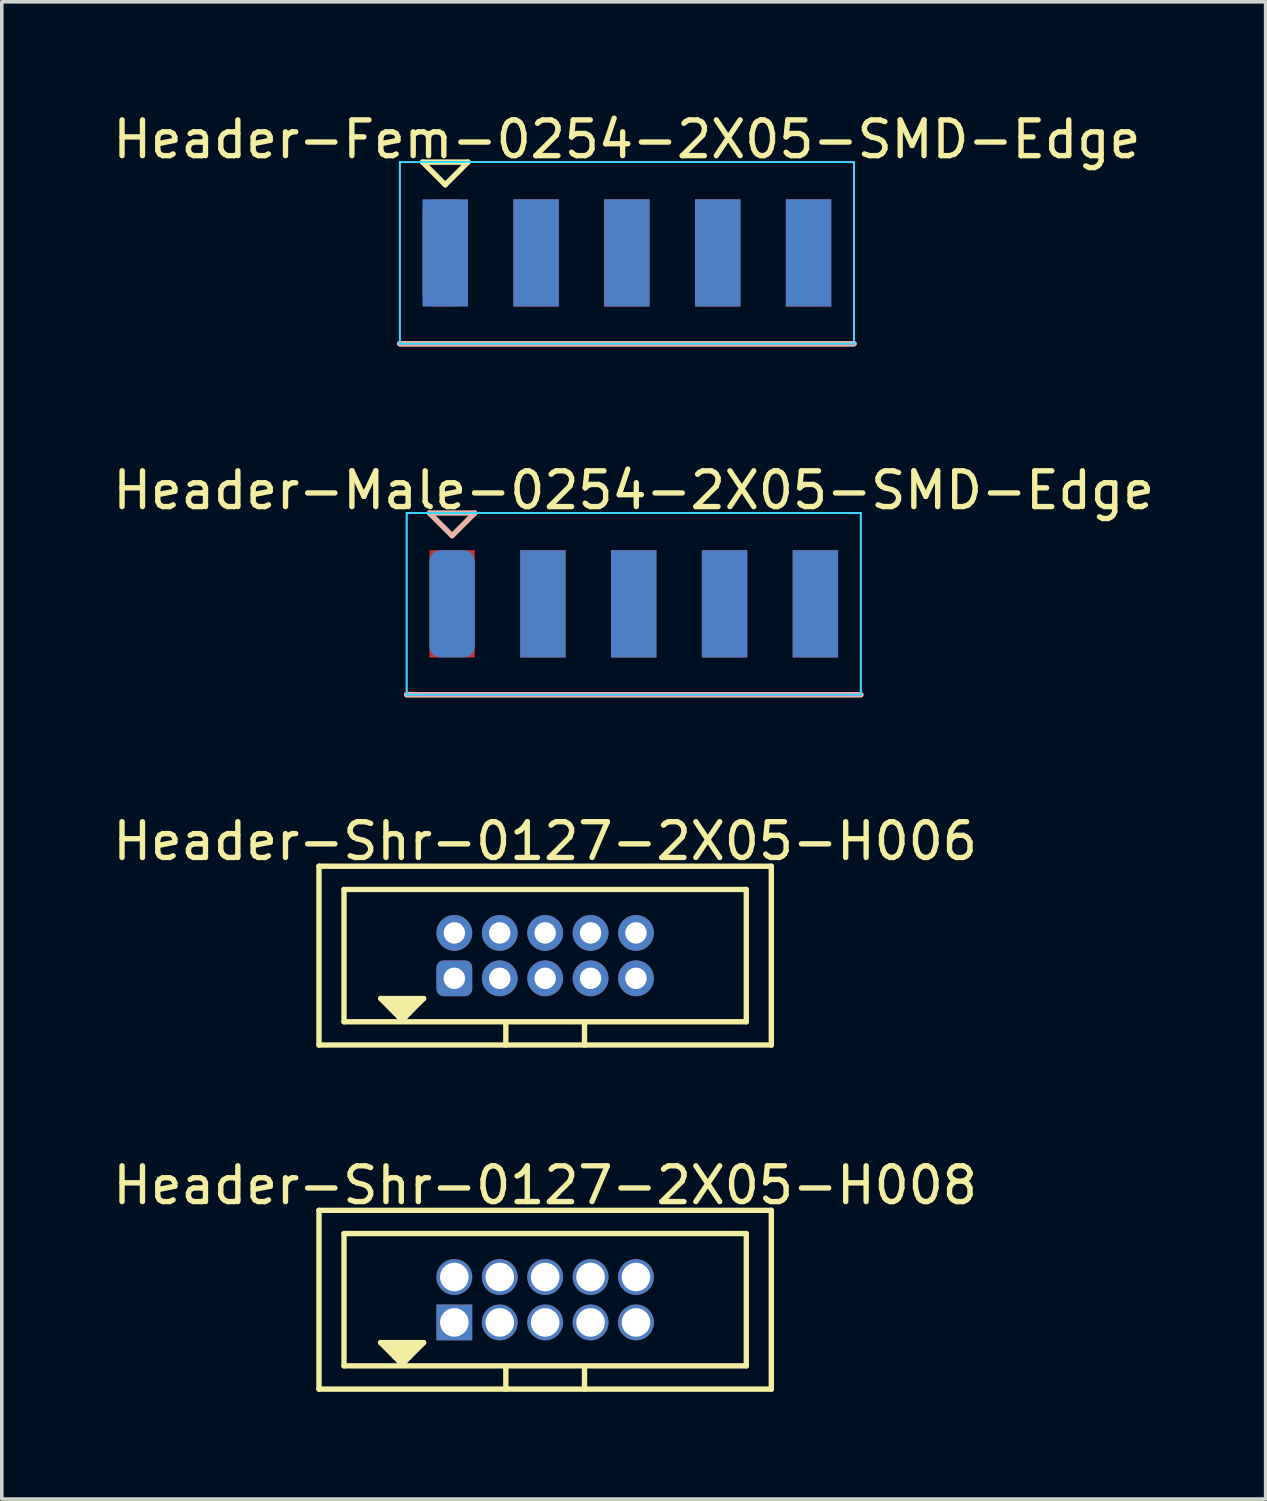
<source format=kicad_pcb>
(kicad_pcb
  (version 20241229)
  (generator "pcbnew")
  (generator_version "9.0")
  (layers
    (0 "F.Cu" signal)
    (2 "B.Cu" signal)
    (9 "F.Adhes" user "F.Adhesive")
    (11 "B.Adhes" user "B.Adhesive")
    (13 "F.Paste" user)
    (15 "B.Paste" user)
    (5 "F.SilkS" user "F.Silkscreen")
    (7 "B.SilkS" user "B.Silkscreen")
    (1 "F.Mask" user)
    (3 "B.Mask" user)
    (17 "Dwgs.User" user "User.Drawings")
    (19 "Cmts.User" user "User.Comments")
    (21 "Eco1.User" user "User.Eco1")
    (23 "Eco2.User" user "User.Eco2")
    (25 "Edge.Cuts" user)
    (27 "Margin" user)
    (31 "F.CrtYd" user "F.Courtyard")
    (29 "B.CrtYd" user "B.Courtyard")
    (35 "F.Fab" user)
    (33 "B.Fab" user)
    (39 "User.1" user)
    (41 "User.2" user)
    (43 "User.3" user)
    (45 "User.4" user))
  (footprint "Header-Shr-0127-2X05-H006"
    (layer "F.Cu")
    (at 12.196 23.675)
    (property "Reference" "Header-Shr-0127-2X05-H006" (at 0 -3.2 0) (layer "F.SilkS") (effects (font (size 1 1) (thickness 0.15))))
    (attr through_hole)
    (fp_line (start -6.325 -2.5) (end 6.325 -2.5) (stroke (width 0.15) (type solid)) (layer "F.SilkS"))
    (fp_line (start -6.325 2.5) (end -6.325 -2.5) (stroke (width 0.15) (type solid)) (layer "F.SilkS"))
    (fp_line (start -5.625 -1.85) (end 5.625 -1.85) (stroke (width 0.15) (type solid)) (layer "F.SilkS"))
    (fp_line (start -5.625 1.85) (end -5.625 -1.85) (stroke (width 0.15) (type solid)) (layer "F.SilkS"))
    (fp_line (start -4.6 1.2) (end -4 1.8) (stroke (width 0.15) (type solid)) (layer "F.SilkS"))
    (fp_line (start -4.4 1.3) (end -3.6 1.3) (stroke (width 0.15) (type solid)) (layer "F.SilkS"))
    (fp_line (start -4.3 1.4) (end -3.7 1.4) (stroke (width 0.15) (type solid)) (layer "F.SilkS"))
    (fp_line (start -4.3 1.5) (end -3.8 1.5) (stroke (width 0.15) (type solid)) (layer "F.SilkS"))
    (fp_line (start -4.2 1.6) (end -3.8 1.6) (stroke (width 0.15) (type solid)) (layer "F.SilkS"))
    (fp_line (start -4.1 1.7) (end -3.9 1.7) (stroke (width 0.15) (type solid)) (layer "F.SilkS"))
    (fp_line (start -4 1.8) (end -3.4 1.2) (stroke (width 0.15) (type solid)) (layer "F.SilkS"))
    (fp_line (start -3.4 1.2) (end -4.6 1.2) (stroke (width 0.15) (type solid)) (layer "F.SilkS"))
    (fp_line (start -1.1 2.5) (end -1.1 1.9) (stroke (width 0.15) (type solid)) (layer "F.SilkS"))
    (fp_line (start 1.1 2.5) (end 1.1 1.9) (stroke (width 0.15) (type solid)) (layer "F.SilkS"))
    (fp_line (start 5.625 -1.85) (end 5.625 1.85) (stroke (width 0.15) (type solid)) (layer "F.SilkS"))
    (fp_line (start 5.625 1.85) (end -5.625 1.85) (stroke (width 0.15) (type solid)) (layer "F.SilkS"))
    (fp_line (start 6.325 -2.5) (end 6.325 2.5) (stroke (width 0.15) (type solid)) (layer "F.SilkS"))
    (fp_line (start 6.325 2.5) (end -6.325 2.5) (stroke (width 0.15) (type solid)) (layer "F.SilkS"))
    (pad "1" thru_hole roundrect (at -2.54 0.635) (size 1 1) (drill 0.6) (layers "*.Cu" "*.Mask") (roundrect_rratio 0.2))
    (pad "2" thru_hole circle (at -2.54 -0.635) (size 1 1) (drill 0.6) (layers "*.Cu" "*.Mask"))
    (pad "3" thru_hole circle (at -1.27 0.635) (size 1 1) (drill 0.6) (layers "*.Cu" "*.Mask"))
    (pad "4" thru_hole circle (at -1.27 -0.635) (size 1 1) (drill 0.6) (layers "*.Cu" "*.Mask"))
    (pad "5" thru_hole circle (at 0 0.635) (size 1 1) (drill 0.6) (layers "*.Cu" "*.Mask"))
    (pad "6" thru_hole circle (at 0 -0.635) (size 1 1) (drill 0.6) (layers "*.Cu" "*.Mask"))
    (pad "7" thru_hole circle (at 1.27 0.635) (size 1 1) (drill 0.6) (layers "*.Cu" "*.Mask"))
    (pad "8" thru_hole circle (at 1.27 -0.635) (size 1 1) (drill 0.6) (layers "*.Cu" "*.Mask"))
    (pad "9" thru_hole circle (at 2.54 0.635) (size 1 1) (drill 0.6) (layers "*.Cu" "*.Mask"))
    (pad "10" thru_hole circle (at 2.54 -0.635) (size 1 1) (drill 0.6) (layers "*.Cu" "*.Mask")))
  (footprint "Header-Shr-0127-2X05-H008"
    (layer "F.Cu")
    (at 12.196 33.298)
    (property "Reference" "Header-Shr-0127-2X05-H008" (at 0 -3.2 0) (layer "F.SilkS") (effects (font (size 1 1) (thickness 0.15))))
    (attr through_hole)
    (fp_line (start -6.325 -2.5) (end 6.325 -2.5) (stroke (width 0.15) (type solid)) (layer "F.SilkS"))
    (fp_line (start -6.325 2.5) (end -6.325 -2.5) (stroke (width 0.15) (type solid)) (layer "F.SilkS"))
    (fp_line (start -5.625 -1.85) (end 5.625 -1.85) (stroke (width 0.15) (type solid)) (layer "F.SilkS"))
    (fp_line (start -5.625 1.85) (end -5.625 -1.85) (stroke (width 0.15) (type solid)) (layer "F.SilkS"))
    (fp_line (start -4.6 1.2) (end -4 1.8) (stroke (width 0.15) (type solid)) (layer "F.SilkS"))
    (fp_line (start -4.4 1.3) (end -3.6 1.3) (stroke (width 0.15) (type solid)) (layer "F.SilkS"))
    (fp_line (start -4.3 1.4) (end -3.7 1.4) (stroke (width 0.15) (type solid)) (layer "F.SilkS"))
    (fp_line (start -4.3 1.5) (end -3.8 1.5) (stroke (width 0.15) (type solid)) (layer "F.SilkS"))
    (fp_line (start -4.2 1.6) (end -3.8 1.6) (stroke (width 0.15) (type solid)) (layer "F.SilkS"))
    (fp_line (start -4.1 1.7) (end -3.9 1.7) (stroke (width 0.15) (type solid)) (layer "F.SilkS"))
    (fp_line (start -4 1.8) (end -3.4 1.2) (stroke (width 0.15) (type solid)) (layer "F.SilkS"))
    (fp_line (start -3.4 1.2) (end -4.6 1.2) (stroke (width 0.15) (type solid)) (layer "F.SilkS"))
    (fp_line (start -1.1 2.5) (end -1.1 1.9) (stroke (width 0.15) (type solid)) (layer "F.SilkS"))
    (fp_line (start 1.1 2.5) (end 1.1 1.9) (stroke (width 0.15) (type solid)) (layer "F.SilkS"))
    (fp_line (start 5.625 -1.85) (end 5.625 1.85) (stroke (width 0.15) (type solid)) (layer "F.SilkS"))
    (fp_line (start 5.625 1.85) (end -5.625 1.85) (stroke (width 0.15) (type solid)) (layer "F.SilkS"))
    (fp_line (start 6.325 -2.5) (end 6.325 2.5) (stroke (width 0.15) (type solid)) (layer "F.SilkS"))
    (fp_line (start 6.325 2.5) (end -6.325 2.5) (stroke (width 0.15) (type solid)) (layer "F.SilkS"))
    (pad "1" thru_hole rect (at -2.54 0.635) (size 1 1) (drill 0.8) (layers "*.Cu" "*.Mask"))
    (pad "2" thru_hole circle (at -2.54 -0.635) (size 1 1) (drill 0.8) (layers "*.Cu" "*.Mask"))
    (pad "3" thru_hole circle (at -1.27 0.635) (size 1 1) (drill 0.8) (layers "*.Cu" "*.Mask"))
    (pad "4" thru_hole circle (at -1.27 -0.635) (size 1 1) (drill 0.8) (layers "*.Cu" "*.Mask"))
    (pad "5" thru_hole circle (at 0 0.635) (size 1 1) (drill 0.8) (layers "*.Cu" "*.Mask"))
    (pad "6" thru_hole circle (at 0 -0.635) (size 1 1) (drill 0.8) (layers "*.Cu" "*.Mask"))
    (pad "7" thru_hole circle (at 1.27 0.635) (size 1 1) (drill 0.8) (layers "*.Cu" "*.Mask"))
    (pad "8" thru_hole circle (at 1.27 -0.635) (size 1 1) (drill 0.8) (layers "*.Cu" "*.Mask"))
    (pad "9" thru_hole circle (at 2.54 0.635) (size 1 1) (drill 0.8) (layers "*.Cu" "*.Mask"))
    (pad "10" thru_hole circle (at 2.54 -0.635) (size 1 1) (drill 0.8) (layers "*.Cu" "*.Mask")))
  (footprint "Header-Male-0254-2X05-SMD-Edge"
    (layer "F.Cu")
    (at 14.673 16.377)
    (property "Reference" "Header-Male-0254-2X05-SMD-Edge" (at 0 -5.715 0) (layer "F.SilkS") (effects (font (size 1 1) (thickness 0.15))))
    (attr smd)
    (fp_line (start -6.35 0) (end 6.35 0) (stroke (width 0.15) (type solid)) (layer "F.SilkS"))
    (fp_line (start -6.35 0) (end 6.35 0) (stroke (width 0.15) (type solid)) (layer "B.SilkS"))
    (fp_line (start -5.715 -5.08) (end -4.445 -5.08) (stroke (width 0.15) (type solid)) (layer "B.SilkS"))
    (fp_line (start -5.08 -4.445) (end -5.715 -5.08) (stroke (width 0.15) (type solid)) (layer "B.SilkS"))
    (fp_line (start -4.445 -5.08) (end -5.08 -4.445) (stroke (width 0.15) (type solid)) (layer "B.SilkS"))
    (fp_line (start -6.35 -5.08) (end 6.35 -5.08) (stroke (width 0.05) (type solid)) (layer "B.CrtYd"))
    (fp_line (start -6.35 0) (end -6.35 -5.08) (stroke (width 0.05) (type solid)) (layer "B.CrtYd"))
    (fp_line (start 6.35 -5.08) (end 6.35 0) (stroke (width 0.05) (type solid)) (layer "B.CrtYd"))
    (fp_line (start 6.35 0) (end -6.35 0) (stroke (width 0.05) (type solid)) (layer "B.CrtYd"))
    (fp_line (start -6.35 -5.08) (end 6.35 -5.08) (stroke (width 0.05) (type solid)) (layer "F.CrtYd"))
    (fp_line (start -6.35 0) (end -6.35 -5.08) (stroke (width 0.05) (type solid)) (layer "F.CrtYd"))
    (fp_line (start 6.35 -5.08) (end 6.35 0) (stroke (width 0.05) (type solid)) (layer "F.CrtYd"))
    (fp_line (start 6.35 0) (end -6.35 0) (stroke (width 0.05) (type solid)) (layer "F.CrtYd"))
    (pad "1" smd roundrect (at -5.08 -2.54) (size 1.27 3) (layers "B.Cu" "B.Mask" "B.Paste") (roundrect_rratio 0.25))
    (pad "2" smd rect (at -5.08 -2.54) (size 1.27 3) (layers "F.Cu" "F.Mask" "F.Paste"))
    (pad "3" smd rect (at -2.54 -2.54) (size 1.27 3) (layers "B.Cu" "B.Mask" "B.Paste"))
    (pad "4" smd rect (at -2.54 -2.54) (size 1.27 3) (layers "F.Cu" "F.Mask" "F.Paste"))
    (pad "5" smd rect (at 0 -2.54) (size 1.27 3) (layers "B.Cu" "B.Mask" "B.Paste"))
    (pad "6" smd rect (at 0 -2.54) (size 1.27 3) (layers "F.Cu" "F.Mask" "F.Paste"))
    (pad "7" smd rect (at 2.54 -2.54) (size 1.27 3) (layers "B.Cu" "B.Mask" "B.Paste"))
    (pad "8" smd rect (at 2.54 -2.54) (size 1.27 3) (layers "F.Cu" "F.Mask" "F.Paste"))
    (pad "9" smd rect (at 5.08 -2.54) (size 1.27 3) (layers "B.Cu" "B.Mask" "B.Paste"))
    (pad "10" smd rect (at 5.08 -2.54) (size 1.27 3) (layers "F.Cu" "F.Mask" "F.Paste")))
  (footprint "Header-Fem-0254-2X05-SMD-Edge"
    (layer "F.Cu")
    (at 14.482 6.563)
    (property "Reference" "Header-Fem-0254-2X05-SMD-Edge" (at 0 -5.715 0) (layer "F.SilkS") (effects (font (size 1 1) (thickness 0.15))))
    (attr smd)
    (fp_line (start -6.35 0) (end 6.35 0) (stroke (width 0.15) (type solid)) (layer "F.SilkS"))
    (fp_line (start -5.715 -5.08) (end -5.08 -4.445) (stroke (width 0.15) (type solid)) (layer "F.SilkS"))
    (fp_line (start -5.08 -4.445) (end -4.445 -5.08) (stroke (width 0.15) (type solid)) (layer "F.SilkS"))
    (fp_line (start -4.445 -5.08) (end -5.715 -5.08) (stroke (width 0.15) (type solid)) (layer "F.SilkS"))
    (fp_line (start -6.35 0) (end 6.35 0) (stroke (width 0.15) (type solid)) (layer "B.SilkS"))
    (fp_line (start -6.35 -5.08) (end 6.35 -5.08) (stroke (width 0.05) (type solid)) (layer "B.CrtYd"))
    (fp_line (start -6.35 0) (end -6.35 -5.08) (stroke (width 0.05) (type solid)) (layer "B.CrtYd"))
    (fp_line (start 6.35 -5.08) (end 6.35 0) (stroke (width 0.05) (type solid)) (layer "B.CrtYd"))
    (fp_line (start 6.35 0) (end -6.35 0) (stroke (width 0.05) (type solid)) (layer "B.CrtYd"))
    (fp_line (start -6.35 -5.08) (end 6.35 -5.08) (stroke (width 0.05) (type solid)) (layer "F.CrtYd"))
    (fp_line (start -6.35 0) (end -6.35 -5.08) (stroke (width 0.05) (type solid)) (layer "F.CrtYd"))
    (fp_line (start 6.35 -5.08) (end 6.35 0) (stroke (width 0.05) (type solid)) (layer "F.CrtYd"))
    (fp_line (start 6.35 0) (end -6.35 0) (stroke (width 0.05) (type solid)) (layer "F.CrtYd"))
    (pad "1" smd roundrect (at -5.08 -2.54) (size 1.27 3) (layers "F.Cu" "F.Mask" "F.Paste") (roundrect_rratio 0.25))
    (pad "2" smd rect (at -5.08 -2.54) (size 1.27 3) (layers "B.Cu" "B.Mask" "B.Paste"))
    (pad "3" smd rect (at -2.54 -2.54) (size 1.27 3) (layers "F.Cu" "F.Mask" "F.Paste"))
    (pad "4" smd rect (at -2.54 -2.54) (size 1.27 3) (layers "B.Cu" "B.Mask" "B.Paste"))
    (pad "5" smd rect (at 0 -2.54) (size 1.27 3) (layers "F.Cu" "F.Mask" "F.Paste"))
    (pad "6" smd rect (at 0 -2.54) (size 1.27 3) (layers "B.Cu" "B.Mask" "B.Paste"))
    (pad "7" smd rect (at 2.54 -2.54) (size 1.27 3) (layers "F.Cu" "F.Mask" "F.Paste"))
    (pad "8" smd rect (at 2.54 -2.54) (size 1.27 3) (layers "B.Cu" "B.Mask" "B.Paste"))
    (pad "9" smd rect (at 5.08 -2.54) (size 1.27 3) (layers "F.Cu" "F.Mask" "F.Paste"))
    (pad "10" smd rect (at 5.08 -2.54) (size 1.27 3) (layers "B.Cu" "B.Mask" "B.Paste")))
  (gr_rect
    (start -3 -3)
    (end 32.345 38.873)
    (stroke (width 0.1) (type default))
    (fill no)
    (layer "Edge.Cuts")))
</source>
